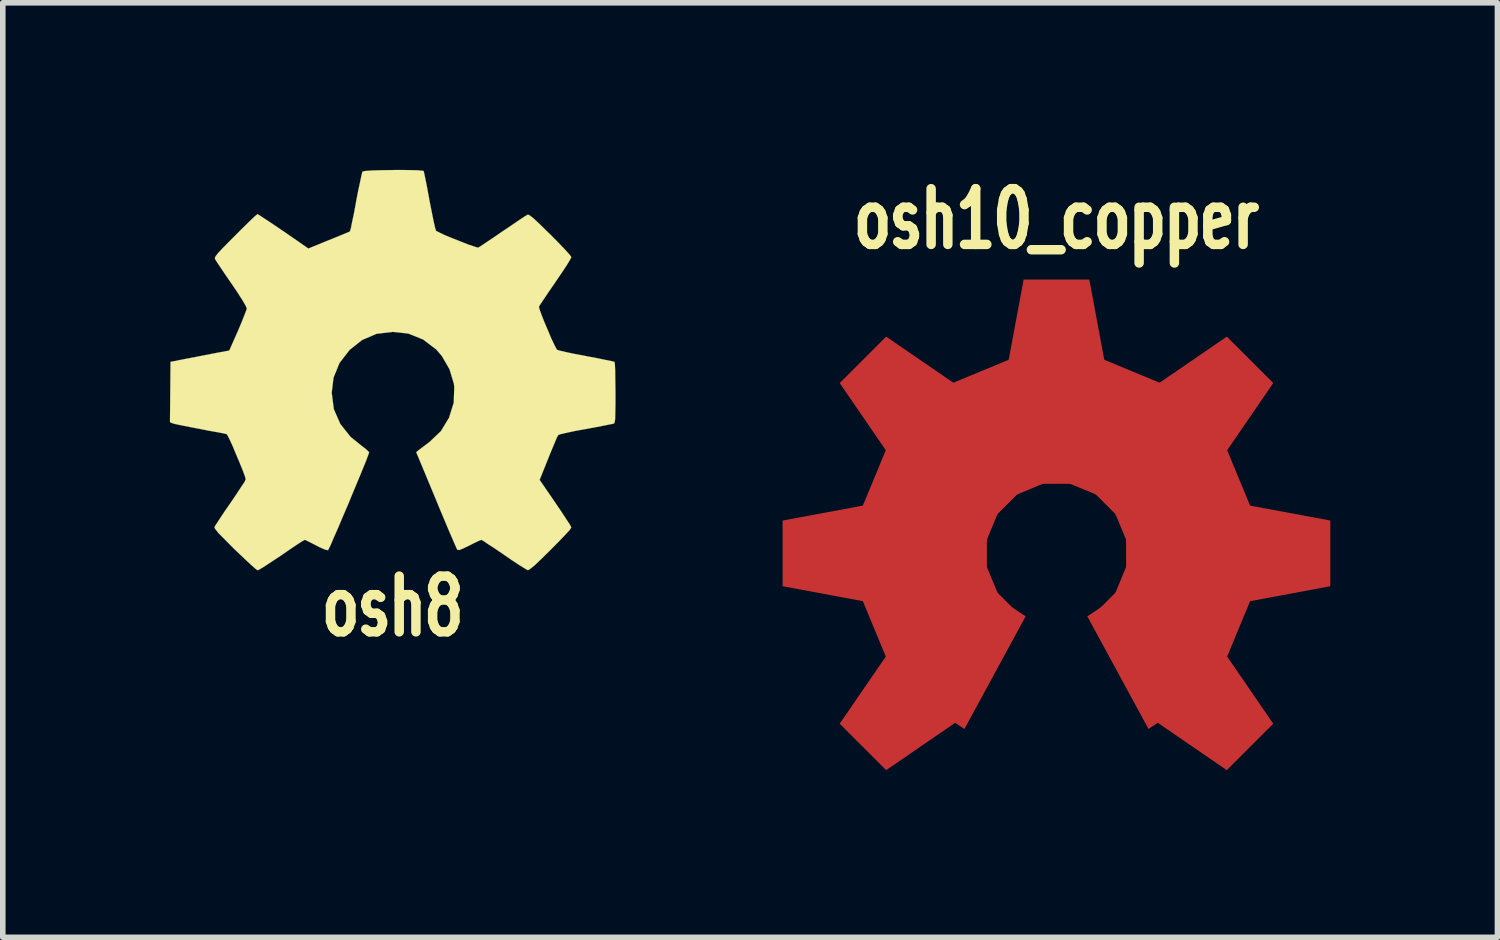
<source format=kicad_pcb>
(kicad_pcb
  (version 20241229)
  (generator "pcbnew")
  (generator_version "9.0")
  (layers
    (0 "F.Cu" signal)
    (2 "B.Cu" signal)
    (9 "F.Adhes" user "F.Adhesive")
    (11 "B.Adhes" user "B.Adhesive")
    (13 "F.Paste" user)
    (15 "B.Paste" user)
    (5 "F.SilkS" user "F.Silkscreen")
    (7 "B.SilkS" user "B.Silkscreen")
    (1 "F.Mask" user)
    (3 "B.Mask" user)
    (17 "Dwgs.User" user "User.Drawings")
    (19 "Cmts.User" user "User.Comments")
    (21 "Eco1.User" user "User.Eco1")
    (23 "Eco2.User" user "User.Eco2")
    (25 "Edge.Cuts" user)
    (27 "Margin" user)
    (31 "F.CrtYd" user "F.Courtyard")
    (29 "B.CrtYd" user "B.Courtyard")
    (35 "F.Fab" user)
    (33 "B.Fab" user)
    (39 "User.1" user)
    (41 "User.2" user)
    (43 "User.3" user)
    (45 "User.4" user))
  (footprint "osh8"
    (layer "F.Cu")
    (at 3.999 3.595)
    (property "Reference" "osh8" (at 0 4.242 0) (layer "F.SilkS") (effects (font (size 1 0.7) (thickness 0.17))))
    (attr through_hole)
    (fp_poly (pts (xy -2.423 3.592) (xy -2.383 3.571) (xy -2.289 3.513) (xy -2.154 3.424) (xy -1.996 3.32) (xy -1.839 3.211) (xy -1.709 3.124) (xy -1.618 3.066) (xy -1.58 3.045) (xy -1.56 3.051) (xy -1.483 3.089) (xy -1.374 3.145) (xy -1.311 3.178) (xy -1.212 3.221) (xy -1.161 3.231) (xy -1.153 3.216) (xy -1.115 3.139) (xy -1.059 3.007) (xy -0.983 2.835) (xy -0.897 2.631) (xy -0.803 2.413) (xy -0.711 2.189) (xy -0.622 1.976) (xy -0.544 1.786) (xy -0.48 1.631) (xy -0.439 1.521) (xy -0.424 1.476) (xy -0.429 1.466) (xy -0.48 1.417) (xy -0.566 1.351) (xy -0.757 1.196) (xy -0.942 0.963) (xy -1.057 0.699) (xy -1.095 0.404) (xy -1.062 0.132) (xy -0.955 -0.13) (xy -0.772 -0.366) (xy -0.551 -0.541) (xy -0.292 -0.653) (xy 0 -0.688) (xy 0.279 -0.658) (xy 0.546 -0.551) (xy 0.782 -0.371) (xy 0.881 -0.257) (xy 1.019 -0.018) (xy 1.097 0.239) (xy 1.105 0.302) (xy 1.095 0.584) (xy 1.011 0.853) (xy 0.864 1.095) (xy 0.658 1.29) (xy 0.63 1.311) (xy 0.536 1.382) (xy 0.472 1.43) (xy 0.422 1.471) (xy 0.78 2.332) (xy 0.836 2.469) (xy 0.935 2.705) (xy 1.021 2.908) (xy 1.09 3.068) (xy 1.138 3.178) (xy 1.158 3.221) (xy 1.161 3.223) (xy 1.191 3.228) (xy 1.257 3.203) (xy 1.377 3.145) (xy 1.458 3.104) (xy 1.549 3.061) (xy 1.59 3.045) (xy 1.626 3.063) (xy 1.712 3.122) (xy 1.841 3.205) (xy 1.994 3.31) (xy 2.141 3.411) (xy 2.276 3.5) (xy 2.375 3.561) (xy 2.423 3.589) (xy 2.431 3.589) (xy 2.471 3.564) (xy 2.55 3.5) (xy 2.667 3.388) (xy 2.832 3.226) (xy 2.857 3.2) (xy 2.995 3.061) (xy 3.106 2.944) (xy 3.18 2.863) (xy 3.205 2.824) (xy 3.183 2.776) (xy 3.119 2.68) (xy 3.03 2.543) (xy 2.921 2.383) (xy 2.637 1.968) (xy 2.794 1.577) (xy 2.842 1.458) (xy 2.903 1.313) (xy 2.946 1.209) (xy 2.972 1.163) (xy 3.012 1.148) (xy 3.122 1.123) (xy 3.277 1.09) (xy 3.459 1.057) (xy 3.637 1.024) (xy 3.797 0.993) (xy 3.912 0.97) (xy 3.962 0.96) (xy 3.975 0.953) (xy 3.985 0.927) (xy 3.993 0.874) (xy 3.995 0.777) (xy 3.998 0.625) (xy 3.998 0.404) (xy 3.998 0.381) (xy 3.995 0.17) (xy 3.993 0.003) (xy 3.988 -0.107) (xy 3.98 -0.15) (xy 3.929 -0.163) (xy 3.818 -0.185) (xy 3.658 -0.218) (xy 3.467 -0.254) (xy 3.457 -0.257) (xy 3.266 -0.292) (xy 3.109 -0.325) (xy 2.997 -0.351) (xy 2.951 -0.366) (xy 2.941 -0.378) (xy 2.903 -0.452) (xy 2.847 -0.569) (xy 2.786 -0.714) (xy 2.723 -0.861) (xy 2.67 -0.996) (xy 2.634 -1.095) (xy 2.624 -1.14) (xy 2.652 -1.186) (xy 2.718 -1.285) (xy 2.809 -1.42) (xy 2.921 -1.582) (xy 2.929 -1.595) (xy 3.038 -1.755) (xy 3.127 -1.89) (xy 3.185 -1.986) (xy 3.205 -2.029) (xy 3.205 -2.032) (xy 3.17 -2.08) (xy 3.089 -2.169) (xy 2.972 -2.291) (xy 2.832 -2.433) (xy 2.786 -2.477) (xy 2.631 -2.629) (xy 2.525 -2.728) (xy 2.456 -2.781) (xy 2.423 -2.794) (xy 2.423 -2.791) (xy 2.375 -2.764) (xy 2.273 -2.697) (xy 2.136 -2.603) (xy 1.974 -2.494) (xy 1.963 -2.487) (xy 1.803 -2.377) (xy 1.671 -2.289) (xy 1.575 -2.225) (xy 1.534 -2.2) (xy 1.527 -2.2) (xy 1.463 -2.22) (xy 1.349 -2.258) (xy 1.209 -2.314) (xy 1.062 -2.372) (xy 0.927 -2.428) (xy 0.826 -2.477) (xy 0.777 -2.502) (xy 0.777 -2.504) (xy 0.759 -2.563) (xy 0.732 -2.682) (xy 0.699 -2.847) (xy 0.66 -3.043) (xy 0.655 -3.073) (xy 0.62 -3.264) (xy 0.589 -3.421) (xy 0.566 -3.531) (xy 0.554 -3.576) (xy 0.528 -3.581) (xy 0.434 -3.589) (xy 0.292 -3.592) (xy 0.119 -3.594) (xy -0.061 -3.592) (xy -0.236 -3.589) (xy -0.389 -3.584) (xy -0.495 -3.576) (xy -0.541 -3.566) (xy -0.544 -3.564) (xy -0.559 -3.505) (xy -0.584 -3.386) (xy -0.62 -3.221) (xy -0.658 -3.023) (xy -0.663 -2.99) (xy -0.699 -2.799) (xy -0.732 -2.644) (xy -0.754 -2.535) (xy -0.767 -2.494) (xy -0.782 -2.484) (xy -0.861 -2.451) (xy -0.988 -2.398) (xy -1.148 -2.334) (xy -1.514 -2.184) (xy -1.961 -2.494) (xy -2.004 -2.522) (xy -2.164 -2.631) (xy -2.299 -2.72) (xy -2.39 -2.779) (xy -2.428 -2.802) (xy -2.431 -2.799) (xy -2.477 -2.761) (xy -2.565 -2.677) (xy -2.687 -2.558) (xy -2.827 -2.418) (xy -2.931 -2.314) (xy -3.056 -2.187) (xy -3.134 -2.103) (xy -3.178 -2.047) (xy -3.193 -2.014) (xy -3.188 -1.994) (xy -3.16 -1.948) (xy -3.094 -1.849) (xy -3.002 -1.712) (xy -2.893 -1.554) (xy -2.802 -1.42) (xy -2.705 -1.27) (xy -2.642 -1.163) (xy -2.619 -1.11) (xy -2.624 -1.087) (xy -2.657 -1.001) (xy -2.71 -0.866) (xy -2.776 -0.709) (xy -2.934 -0.353) (xy -3.167 -0.31) (xy -3.307 -0.282) (xy -3.505 -0.244) (xy -3.693 -0.208) (xy -3.988 -0.15) (xy -3.998 0.932) (xy -3.952 0.953) (xy -3.909 0.965) (xy -3.8 0.988) (xy -3.645 1.019) (xy -3.459 1.054) (xy -3.305 1.085) (xy -3.145 1.113) (xy -3.033 1.135) (xy -2.982 1.146) (xy -2.969 1.163) (xy -2.929 1.24) (xy -2.873 1.361) (xy -2.812 1.509) (xy -2.748 1.659) (xy -2.692 1.798) (xy -2.652 1.905) (xy -2.639 1.961) (xy -2.659 2.004) (xy -2.72 2.095) (xy -2.807 2.228) (xy -2.913 2.385) (xy -3.023 2.543) (xy -3.111 2.677) (xy -3.175 2.774) (xy -3.2 2.817) (xy -3.188 2.847) (xy -3.127 2.924) (xy -3.007 3.045) (xy -2.832 3.221) (xy -2.802 3.249) (xy -2.662 3.383) (xy -2.543 3.493) (xy -2.461 3.566) (xy -2.423 3.592)) (stroke (width 0.003) (type solid)) (fill yes) (layer "F.SilkS")))
  (footprint "osh10_copper"
    (layer "F.Cu")
    (at 15.913 6.883)
    (property "Reference" "osh10_copper" (at 0 -6 0) (layer "F.SilkS") (effects (font (size 1 0.7) (thickness 0.17))))
    (attr through_hole)
    (pad "" smd trapezoid (at -4.166 0 270) (size 1.458 1.499) (rect_delta 0 -0.279) (layers "F.Cu" "F.Mask" "F.Paste"))
    (pad "" smd trapezoid (at -2.944 -2.944 225) (size 1.458 1.499) (rect_delta 0 -0.279) (layers "F.Cu" "F.Mask" "F.Paste"))
    (pad "" smd trapezoid (at -2.944 2.944 315) (size 1.458 1.499) (rect_delta 0 -0.279) (layers "F.Cu" "F.Mask" "F.Paste"))
    (pad "" smd trapezoid (at -2.395 0 270) (size 1.082 2.291) (rect_delta 0 0.414) (layers "F.Cu" "F.Mask" "F.Paste"))
    (pad "" smd trapezoid (at -2.212 -0.914 247.5) (size 1.082 2.291) (rect_delta 0 0.414) (layers "F.Cu" "F.Mask" "F.Paste"))
    (pad "" smd trapezoid (at -2.212 0.914 292.5) (size 1.082 2.291) (rect_delta 0 0.414) (layers "F.Cu" "F.Mask" "F.Paste"))
    (pad "" smd trapezoid (at -1.692 -1.692 225) (size 1.082 2.291) (rect_delta 0 0.414) (layers "F.Cu" "F.Mask" "F.Paste"))
    (pad "" smd trapezoid (at -1.692 1.692 315) (size 1.082 2.291) (rect_delta 0 0.414) (layers "F.Cu" "F.Mask" "F.Paste"))
    (pad "" smd trapezoid (at -1.328 1.991 326.3) (size 0.541 2.291) (rect_delta 0 0.208) (layers "F.Cu" "F.Mask" "F.Paste"))
    (pad "" smd trapezoid (at -0.914 -2.212 202.5) (size 1.082 2.291) (rect_delta 0 0.414) (layers "F.Cu" "F.Mask" "F.Paste"))
    (pad "" smd trapezoid (at 0 -4.166 180) (size 1.458 1.499) (rect_delta 0 -0.279) (layers "F.Cu" "F.Mask" "F.Paste"))
    (pad "" smd trapezoid (at 0 -2.395 180) (size 1.082 2.291) (rect_delta 0 0.414) (layers "F.Cu" "F.Mask" "F.Paste"))
    (pad "" smd trapezoid (at 0.914 -2.212 157.5) (size 1.082 2.291) (rect_delta 0 0.414) (layers "F.Cu" "F.Mask" "F.Paste"))
    (pad "" smd trapezoid (at 1.328 1.991 33.7) (size 0.541 2.291) (rect_delta 0 0.208) (layers "F.Cu" "F.Mask" "F.Paste"))
    (pad "" smd trapezoid (at 1.692 -1.692 135) (size 1.082 2.291) (rect_delta 0 0.414) (layers "F.Cu" "F.Mask" "F.Paste"))
    (pad "" smd trapezoid (at 1.692 1.692 45) (size 1.082 2.291) (rect_delta 0 0.414) (layers "F.Cu" "F.Mask" "F.Paste"))
    (pad "" smd trapezoid (at 2.212 -0.914 112.5) (size 1.082 2.291) (rect_delta 0 0.414) (layers "F.Cu" "F.Mask" "F.Paste"))
    (pad "" smd trapezoid (at 2.212 0.914 67.5) (size 1.082 2.291) (rect_delta 0 0.414) (layers "F.Cu" "F.Mask" "F.Paste"))
    (pad "" smd trapezoid (at 2.395 0 90) (size 1.082 2.291) (rect_delta 0 0.414) (layers "F.Cu" "F.Mask" "F.Paste"))
    (pad "" smd trapezoid (at 2.944 -2.944 135) (size 1.458 1.499) (rect_delta 0 -0.279) (layers "F.Cu" "F.Mask" "F.Paste"))
    (pad "" smd trapezoid (at 2.944 2.944 45) (size 1.458 1.499) (rect_delta 0 -0.279) (layers "F.Cu" "F.Mask" "F.Paste"))
    (pad "" smd trapezoid (at 4.166 0 90) (size 1.458 1.499) (rect_delta 0 -0.279) (layers "F.Cu" "F.Mask" "F.Paste")))
  (gr_rect
    (start -3 -3)
    (end 23.828 13.774)
    (stroke (width 0.1) (type default))
    (fill no)
    (layer "Edge.Cuts")))
</source>
